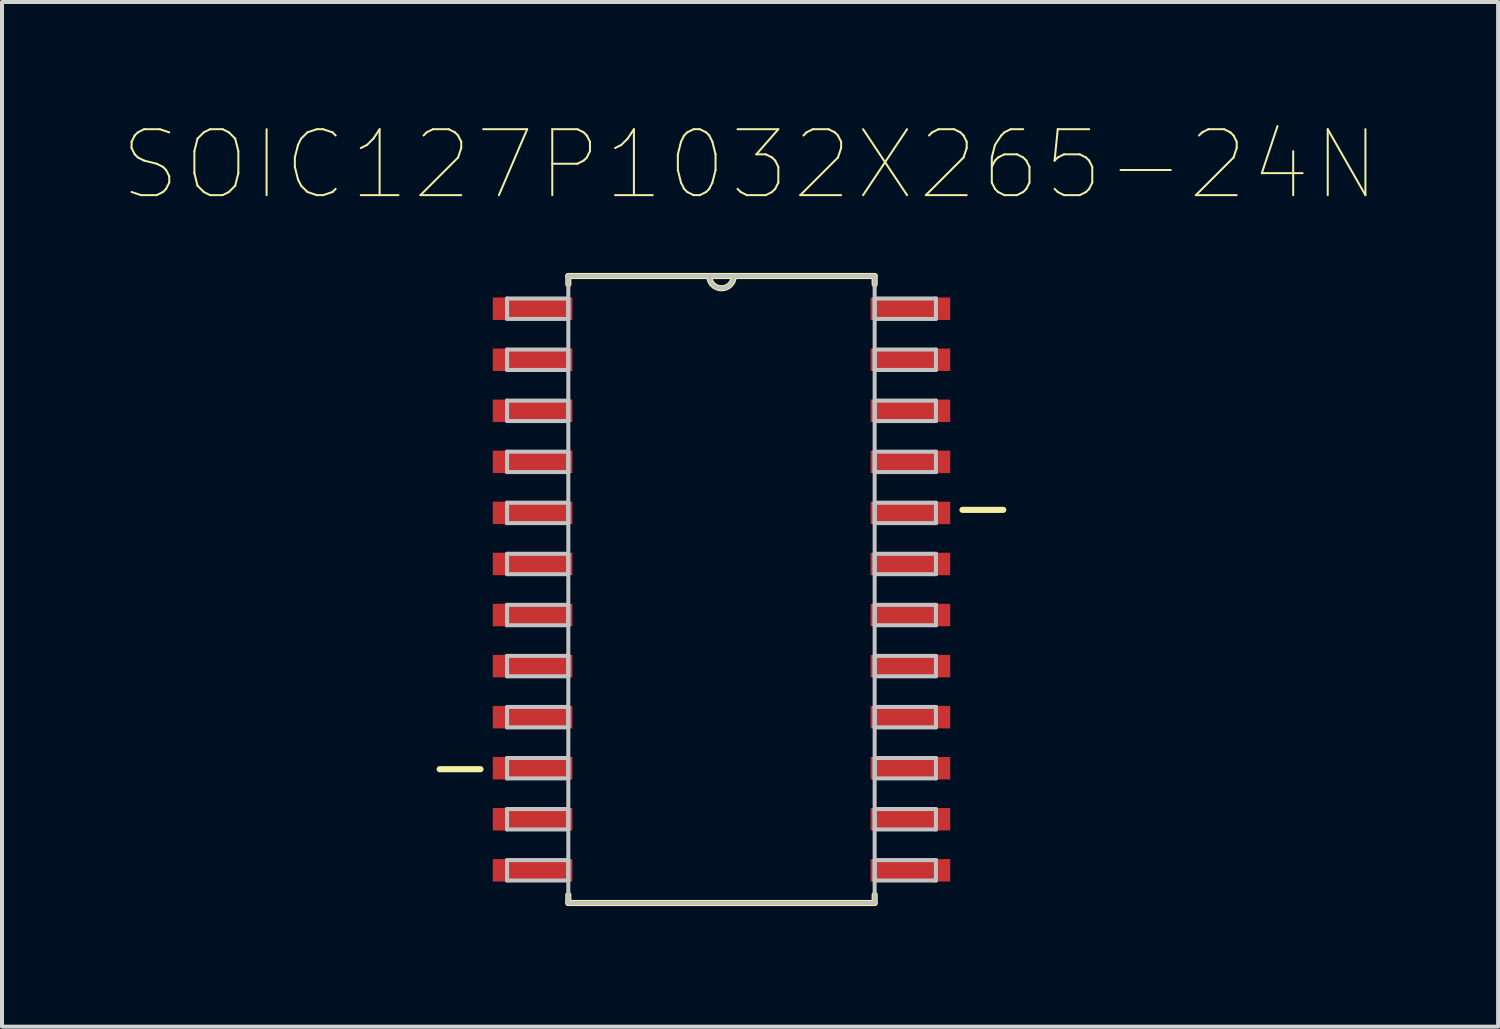
<source format=kicad_pcb>
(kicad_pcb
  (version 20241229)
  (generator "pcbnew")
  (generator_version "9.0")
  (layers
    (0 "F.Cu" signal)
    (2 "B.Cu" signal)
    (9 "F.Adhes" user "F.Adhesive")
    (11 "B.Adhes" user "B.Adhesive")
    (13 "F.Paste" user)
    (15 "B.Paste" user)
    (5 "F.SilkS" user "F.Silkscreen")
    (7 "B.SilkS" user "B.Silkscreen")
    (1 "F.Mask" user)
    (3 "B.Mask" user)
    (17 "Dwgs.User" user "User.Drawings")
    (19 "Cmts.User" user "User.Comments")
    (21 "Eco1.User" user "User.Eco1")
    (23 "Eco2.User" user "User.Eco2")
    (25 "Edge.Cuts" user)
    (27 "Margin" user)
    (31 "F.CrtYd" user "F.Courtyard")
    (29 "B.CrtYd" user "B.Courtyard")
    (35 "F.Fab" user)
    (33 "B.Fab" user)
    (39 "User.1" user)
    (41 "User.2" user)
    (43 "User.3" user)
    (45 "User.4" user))
  (footprint "SOIC127P1032X265-24N"
    (layer "F.Cu")
    (at 14.897 11.614)
    (property "Reference" "SOIC127P1032X265-24N" (at 0.711 -10.566 0) (layer "F.SilkS") (effects (font (size 1.64 1.64) (thickness 0.05))))
    (attr smd)
    (fp_line (start -5.994 4.47) (end -7.01 4.47) (stroke (width 0.152) (type solid)) (layer "F.SilkS"))
    (fp_line (start -3.81 -7.798) (end -3.81 -7.595) (stroke (width 0.152) (type solid)) (layer "F.SilkS"))
    (fp_line (start -3.81 7.595) (end -3.81 7.798) (stroke (width 0.152) (type solid)) (layer "F.SilkS"))
    (fp_line (start -3.81 7.798) (end 3.81 7.798) (stroke (width 0.152) (type solid)) (layer "F.SilkS"))
    (fp_line (start -0.305 -7.798) (end -3.81 -7.798) (stroke (width 0.152) (type solid)) (layer "F.SilkS"))
    (fp_line (start 0.305 -7.798) (end -0.305 -7.798) (stroke (width 0.152) (type solid)) (layer "F.SilkS"))
    (fp_line (start 3.81 -7.798) (end 0.305 -7.798) (stroke (width 0.152) (type solid)) (layer "F.SilkS"))
    (fp_line (start 3.81 -7.595) (end 3.81 -7.798) (stroke (width 0.152) (type solid)) (layer "F.SilkS"))
    (fp_line (start 3.81 7.798) (end 3.81 7.595) (stroke (width 0.152) (type solid)) (layer "F.SilkS"))
    (fp_line (start 7.01 -1.981) (end 5.994 -1.981) (stroke (width 0.152) (type solid)) (layer "F.SilkS"))
    (fp_arc (start 0.3048 -7.7978) (mid 0 -7.493) (end -0.3048 -7.7978) (stroke (width 0.1524) (type solid)) (layer "F.SilkS"))
    (fp_line (start -5.334 -7.239) (end -5.334 -6.731) (stroke (width 0.1) (type solid)) (layer "Dwgs.User"))
    (fp_line (start -5.334 -6.731) (end -3.81 -6.731) (stroke (width 0.1) (type solid)) (layer "Dwgs.User"))
    (fp_line (start -5.334 -5.969) (end -5.334 -5.461) (stroke (width 0.1) (type solid)) (layer "Dwgs.User"))
    (fp_line (start -5.334 -5.461) (end -3.81 -5.461) (stroke (width 0.1) (type solid)) (layer "Dwgs.User"))
    (fp_line (start -5.334 -4.699) (end -5.334 -4.191) (stroke (width 0.1) (type solid)) (layer "Dwgs.User"))
    (fp_line (start -5.334 -4.191) (end -3.81 -4.191) (stroke (width 0.1) (type solid)) (layer "Dwgs.User"))
    (fp_line (start -5.334 -3.429) (end -5.334 -2.921) (stroke (width 0.1) (type solid)) (layer "Dwgs.User"))
    (fp_line (start -5.334 -2.921) (end -3.81 -2.921) (stroke (width 0.1) (type solid)) (layer "Dwgs.User"))
    (fp_line (start -5.334 -2.159) (end -5.334 -1.651) (stroke (width 0.1) (type solid)) (layer "Dwgs.User"))
    (fp_line (start -5.334 -1.651) (end -3.81 -1.651) (stroke (width 0.1) (type solid)) (layer "Dwgs.User"))
    (fp_line (start -5.334 -0.889) (end -5.334 -0.381) (stroke (width 0.1) (type solid)) (layer "Dwgs.User"))
    (fp_line (start -5.334 -0.381) (end -3.81 -0.381) (stroke (width 0.1) (type solid)) (layer "Dwgs.User"))
    (fp_line (start -5.334 0.381) (end -5.334 0.889) (stroke (width 0.1) (type solid)) (layer "Dwgs.User"))
    (fp_line (start -5.334 0.889) (end -3.81 0.889) (stroke (width 0.1) (type solid)) (layer "Dwgs.User"))
    (fp_line (start -5.334 1.651) (end -5.334 2.159) (stroke (width 0.1) (type solid)) (layer "Dwgs.User"))
    (fp_line (start -5.334 2.159) (end -3.81 2.159) (stroke (width 0.1) (type solid)) (layer "Dwgs.User"))
    (fp_line (start -5.334 2.921) (end -5.334 3.429) (stroke (width 0.1) (type solid)) (layer "Dwgs.User"))
    (fp_line (start -5.334 3.429) (end -3.81 3.429) (stroke (width 0.1) (type solid)) (layer "Dwgs.User"))
    (fp_line (start -5.334 4.191) (end -5.334 4.699) (stroke (width 0.1) (type solid)) (layer "Dwgs.User"))
    (fp_line (start -5.334 4.699) (end -3.81 4.699) (stroke (width 0.1) (type solid)) (layer "Dwgs.User"))
    (fp_line (start -5.334 5.461) (end -5.334 5.969) (stroke (width 0.1) (type solid)) (layer "Dwgs.User"))
    (fp_line (start -5.334 5.969) (end -3.81 5.969) (stroke (width 0.1) (type solid)) (layer "Dwgs.User"))
    (fp_line (start -5.334 6.731) (end -5.334 7.239) (stroke (width 0.1) (type solid)) (layer "Dwgs.User"))
    (fp_line (start -5.334 7.239) (end -3.81 7.239) (stroke (width 0.1) (type solid)) (layer "Dwgs.User"))
    (fp_line (start -3.81 -7.798) (end -3.81 7.798) (stroke (width 0.1) (type solid)) (layer "Dwgs.User"))
    (fp_line (start -3.81 -7.239) (end -5.334 -7.239) (stroke (width 0.1) (type solid)) (layer "Dwgs.User"))
    (fp_line (start -3.81 -6.731) (end -3.81 -7.239) (stroke (width 0.1) (type solid)) (layer "Dwgs.User"))
    (fp_line (start -3.81 -5.969) (end -5.334 -5.969) (stroke (width 0.1) (type solid)) (layer "Dwgs.User"))
    (fp_line (start -3.81 -5.461) (end -3.81 -5.969) (stroke (width 0.1) (type solid)) (layer "Dwgs.User"))
    (fp_line (start -3.81 -4.699) (end -5.334 -4.699) (stroke (width 0.1) (type solid)) (layer "Dwgs.User"))
    (fp_line (start -3.81 -4.191) (end -3.81 -4.699) (stroke (width 0.1) (type solid)) (layer "Dwgs.User"))
    (fp_line (start -3.81 -3.429) (end -5.334 -3.429) (stroke (width 0.1) (type solid)) (layer "Dwgs.User"))
    (fp_line (start -3.81 -2.921) (end -3.81 -3.429) (stroke (width 0.1) (type solid)) (layer "Dwgs.User"))
    (fp_line (start -3.81 -2.159) (end -5.334 -2.159) (stroke (width 0.1) (type solid)) (layer "Dwgs.User"))
    (fp_line (start -3.81 -1.651) (end -3.81 -2.159) (stroke (width 0.1) (type solid)) (layer "Dwgs.User"))
    (fp_line (start -3.81 -0.889) (end -5.334 -0.889) (stroke (width 0.1) (type solid)) (layer "Dwgs.User"))
    (fp_line (start -3.81 -0.381) (end -3.81 -0.889) (stroke (width 0.1) (type solid)) (layer "Dwgs.User"))
    (fp_line (start -3.81 0.381) (end -5.334 0.381) (stroke (width 0.1) (type solid)) (layer "Dwgs.User"))
    (fp_line (start -3.81 0.889) (end -3.81 0.381) (stroke (width 0.1) (type solid)) (layer "Dwgs.User"))
    (fp_line (start -3.81 1.651) (end -5.334 1.651) (stroke (width 0.1) (type solid)) (layer "Dwgs.User"))
    (fp_line (start -3.81 2.159) (end -3.81 1.651) (stroke (width 0.1) (type solid)) (layer "Dwgs.User"))
    (fp_line (start -3.81 2.921) (end -5.334 2.921) (stroke (width 0.1) (type solid)) (layer "Dwgs.User"))
    (fp_line (start -3.81 3.429) (end -3.81 2.921) (stroke (width 0.1) (type solid)) (layer "Dwgs.User"))
    (fp_line (start -3.81 4.191) (end -5.334 4.191) (stroke (width 0.1) (type solid)) (layer "Dwgs.User"))
    (fp_line (start -3.81 4.699) (end -3.81 4.191) (stroke (width 0.1) (type solid)) (layer "Dwgs.User"))
    (fp_line (start -3.81 5.461) (end -5.334 5.461) (stroke (width 0.1) (type solid)) (layer "Dwgs.User"))
    (fp_line (start -3.81 5.969) (end -3.81 5.461) (stroke (width 0.1) (type solid)) (layer "Dwgs.User"))
    (fp_line (start -3.81 6.731) (end -5.334 6.731) (stroke (width 0.1) (type solid)) (layer "Dwgs.User"))
    (fp_line (start -3.81 7.239) (end -3.81 6.731) (stroke (width 0.1) (type solid)) (layer "Dwgs.User"))
    (fp_line (start -3.81 7.798) (end 3.81 7.798) (stroke (width 0.1) (type solid)) (layer "Dwgs.User"))
    (fp_line (start -0.305 -7.798) (end -3.81 -7.798) (stroke (width 0.1) (type solid)) (layer "Dwgs.User"))
    (fp_line (start 0.305 -7.798) (end -0.305 -7.798) (stroke (width 0.1) (type solid)) (layer "Dwgs.User"))
    (fp_line (start 3.81 -7.798) (end 0.305 -7.798) (stroke (width 0.1) (type solid)) (layer "Dwgs.User"))
    (fp_line (start 3.81 -7.239) (end 3.81 -6.731) (stroke (width 0.1) (type solid)) (layer "Dwgs.User"))
    (fp_line (start 3.81 -6.731) (end 5.334 -6.731) (stroke (width 0.1) (type solid)) (layer "Dwgs.User"))
    (fp_line (start 3.81 -5.969) (end 3.81 -5.461) (stroke (width 0.1) (type solid)) (layer "Dwgs.User"))
    (fp_line (start 3.81 -5.461) (end 5.334 -5.461) (stroke (width 0.1) (type solid)) (layer "Dwgs.User"))
    (fp_line (start 3.81 -4.699) (end 3.81 -4.191) (stroke (width 0.1) (type solid)) (layer "Dwgs.User"))
    (fp_line (start 3.81 -4.191) (end 5.334 -4.191) (stroke (width 0.1) (type solid)) (layer "Dwgs.User"))
    (fp_line (start 3.81 -3.429) (end 3.81 -2.921) (stroke (width 0.1) (type solid)) (layer "Dwgs.User"))
    (fp_line (start 3.81 -2.921) (end 5.334 -2.921) (stroke (width 0.1) (type solid)) (layer "Dwgs.User"))
    (fp_line (start 3.81 -2.159) (end 3.81 -1.651) (stroke (width 0.1) (type solid)) (layer "Dwgs.User"))
    (fp_line (start 3.81 -1.651) (end 5.334 -1.651) (stroke (width 0.1) (type solid)) (layer "Dwgs.User"))
    (fp_line (start 3.81 -0.889) (end 3.81 -0.381) (stroke (width 0.1) (type solid)) (layer "Dwgs.User"))
    (fp_line (start 3.81 -0.381) (end 5.334 -0.381) (stroke (width 0.1) (type solid)) (layer "Dwgs.User"))
    (fp_line (start 3.81 0.381) (end 3.81 0.889) (stroke (width 0.1) (type solid)) (layer "Dwgs.User"))
    (fp_line (start 3.81 0.889) (end 5.334 0.889) (stroke (width 0.1) (type solid)) (layer "Dwgs.User"))
    (fp_line (start 3.81 1.651) (end 3.81 2.159) (stroke (width 0.1) (type solid)) (layer "Dwgs.User"))
    (fp_line (start 3.81 2.159) (end 5.334 2.159) (stroke (width 0.1) (type solid)) (layer "Dwgs.User"))
    (fp_line (start 3.81 2.921) (end 3.81 3.429) (stroke (width 0.1) (type solid)) (layer "Dwgs.User"))
    (fp_line (start 3.81 3.429) (end 5.334 3.429) (stroke (width 0.1) (type solid)) (layer "Dwgs.User"))
    (fp_line (start 3.81 4.191) (end 3.81 4.699) (stroke (width 0.1) (type solid)) (layer "Dwgs.User"))
    (fp_line (start 3.81 4.699) (end 5.334 4.699) (stroke (width 0.1) (type solid)) (layer "Dwgs.User"))
    (fp_line (start 3.81 5.461) (end 3.81 5.969) (stroke (width 0.1) (type solid)) (layer "Dwgs.User"))
    (fp_line (start 3.81 5.969) (end 5.334 5.969) (stroke (width 0.1) (type solid)) (layer "Dwgs.User"))
    (fp_line (start 3.81 6.731) (end 3.81 7.239) (stroke (width 0.1) (type solid)) (layer "Dwgs.User"))
    (fp_line (start 3.81 7.239) (end 5.334 7.239) (stroke (width 0.1) (type solid)) (layer "Dwgs.User"))
    (fp_line (start 3.81 7.798) (end 3.81 -7.798) (stroke (width 0.1) (type solid)) (layer "Dwgs.User"))
    (fp_line (start 5.334 -7.239) (end 3.81 -7.239) (stroke (width 0.1) (type solid)) (layer "Dwgs.User"))
    (fp_line (start 5.334 -6.731) (end 5.334 -7.239) (stroke (width 0.1) (type solid)) (layer "Dwgs.User"))
    (fp_line (start 5.334 -5.969) (end 3.81 -5.969) (stroke (width 0.1) (type solid)) (layer "Dwgs.User"))
    (fp_line (start 5.334 -5.461) (end 5.334 -5.969) (stroke (width 0.1) (type solid)) (layer "Dwgs.User"))
    (fp_line (start 5.334 -4.699) (end 3.81 -4.699) (stroke (width 0.1) (type solid)) (layer "Dwgs.User"))
    (fp_line (start 5.334 -4.191) (end 5.334 -4.699) (stroke (width 0.1) (type solid)) (layer "Dwgs.User"))
    (fp_line (start 5.334 -3.429) (end 3.81 -3.429) (stroke (width 0.1) (type solid)) (layer "Dwgs.User"))
    (fp_line (start 5.334 -2.921) (end 5.334 -3.429) (stroke (width 0.1) (type solid)) (layer "Dwgs.User"))
    (fp_line (start 5.334 -2.159) (end 3.81 -2.159) (stroke (width 0.1) (type solid)) (layer "Dwgs.User"))
    (fp_line (start 5.334 -1.651) (end 5.334 -2.159) (stroke (width 0.1) (type solid)) (layer "Dwgs.User"))
    (fp_line (start 5.334 -0.889) (end 3.81 -0.889) (stroke (width 0.1) (type solid)) (layer "Dwgs.User"))
    (fp_line (start 5.334 -0.381) (end 5.334 -0.889) (stroke (width 0.1) (type solid)) (layer "Dwgs.User"))
    (fp_line (start 5.334 0.381) (end 3.81 0.381) (stroke (width 0.1) (type solid)) (layer "Dwgs.User"))
    (fp_line (start 5.334 0.889) (end 5.334 0.381) (stroke (width 0.1) (type solid)) (layer "Dwgs.User"))
    (fp_line (start 5.334 1.651) (end 3.81 1.651) (stroke (width 0.1) (type solid)) (layer "Dwgs.User"))
    (fp_line (start 5.334 2.159) (end 5.334 1.651) (stroke (width 0.1) (type solid)) (layer "Dwgs.User"))
    (fp_line (start 5.334 2.921) (end 3.81 2.921) (stroke (width 0.1) (type solid)) (layer "Dwgs.User"))
    (fp_line (start 5.334 3.429) (end 5.334 2.921) (stroke (width 0.1) (type solid)) (layer "Dwgs.User"))
    (fp_line (start 5.334 4.191) (end 3.81 4.191) (stroke (width 0.1) (type solid)) (layer "Dwgs.User"))
    (fp_line (start 5.334 4.699) (end 5.334 4.191) (stroke (width 0.1) (type solid)) (layer "Dwgs.User"))
    (fp_line (start 5.334 5.461) (end 3.81 5.461) (stroke (width 0.1) (type solid)) (layer "Dwgs.User"))
    (fp_line (start 5.334 5.969) (end 5.334 5.461) (stroke (width 0.1) (type solid)) (layer "Dwgs.User"))
    (fp_line (start 5.334 6.731) (end 3.81 6.731) (stroke (width 0.1) (type solid)) (layer "Dwgs.User"))
    (fp_line (start 5.334 7.239) (end 5.334 6.731) (stroke (width 0.1) (type solid)) (layer "Dwgs.User"))
    (fp_arc (start 0.3048 -7.7978) (mid 0 -7.493) (end -0.3048 -7.7978) (stroke (width 0.1) (type solid)) (layer "Dwgs.User"))
    (pad "1" smd rect (at -4.699 -6.985) (size 1.981 0.559) (layers "F.Cu" "F.Mask" "F.Paste"))
    (pad "2" smd rect (at -4.699 -5.715) (size 1.981 0.559) (layers "F.Cu" "F.Mask" "F.Paste"))
    (pad "3" smd rect (at -4.699 -4.445) (size 1.981 0.559) (layers "F.Cu" "F.Mask" "F.Paste"))
    (pad "4" smd rect (at -4.699 -3.175) (size 1.981 0.559) (layers "F.Cu" "F.Mask" "F.Paste"))
    (pad "5" smd rect (at -4.699 -1.905) (size 1.981 0.559) (layers "F.Cu" "F.Mask" "F.Paste"))
    (pad "6" smd rect (at -4.699 -0.635) (size 1.981 0.559) (layers "F.Cu" "F.Mask" "F.Paste"))
    (pad "7" smd rect (at -4.699 0.635) (size 1.981 0.559) (layers "F.Cu" "F.Mask" "F.Paste"))
    (pad "8" smd rect (at -4.699 1.905) (size 1.981 0.559) (layers "F.Cu" "F.Mask" "F.Paste"))
    (pad "9" smd rect (at -4.699 3.175) (size 1.981 0.559) (layers "F.Cu" "F.Mask" "F.Paste"))
    (pad "10" smd rect (at -4.699 4.445) (size 1.981 0.559) (layers "F.Cu" "F.Mask" "F.Paste"))
    (pad "11" smd rect (at -4.699 5.715) (size 1.981 0.559) (layers "F.Cu" "F.Mask" "F.Paste"))
    (pad "12" smd rect (at -4.699 6.985) (size 1.981 0.559) (layers "F.Cu" "F.Mask" "F.Paste"))
    (pad "13" smd rect (at 4.699 6.985) (size 1.981 0.559) (layers "F.Cu" "F.Mask" "F.Paste"))
    (pad "14" smd rect (at 4.699 5.715) (size 1.981 0.559) (layers "F.Cu" "F.Mask" "F.Paste"))
    (pad "15" smd rect (at 4.699 4.445) (size 1.981 0.559) (layers "F.Cu" "F.Mask" "F.Paste"))
    (pad "16" smd rect (at 4.699 3.175) (size 1.981 0.559) (layers "F.Cu" "F.Mask" "F.Paste"))
    (pad "17" smd rect (at 4.699 1.905) (size 1.981 0.559) (layers "F.Cu" "F.Mask" "F.Paste"))
    (pad "18" smd rect (at 4.699 0.635) (size 1.981 0.559) (layers "F.Cu" "F.Mask" "F.Paste"))
    (pad "19" smd rect (at 4.699 -0.635) (size 1.981 0.559) (layers "F.Cu" "F.Mask" "F.Paste"))
    (pad "20" smd rect (at 4.699 -1.905) (size 1.981 0.559) (layers "F.Cu" "F.Mask" "F.Paste"))
    (pad "21" smd rect (at 4.699 -3.175) (size 1.981 0.559) (layers "F.Cu" "F.Mask" "F.Paste"))
    (pad "22" smd rect (at 4.699 -4.445) (size 1.981 0.559) (layers "F.Cu" "F.Mask" "F.Paste"))
    (pad "23" smd rect (at 4.699 -5.715) (size 1.981 0.559) (layers "F.Cu" "F.Mask" "F.Paste"))
    (pad "24" smd rect (at 4.699 -6.985) (size 1.981 0.559) (layers "F.Cu" "F.Mask" "F.Paste")))
  (gr_rect
    (start -3 -3)
    (end 34.216 22.488)
    (stroke (width 0.1) (type default))
    (fill no)
    (layer "Edge.Cuts")))
</source>
